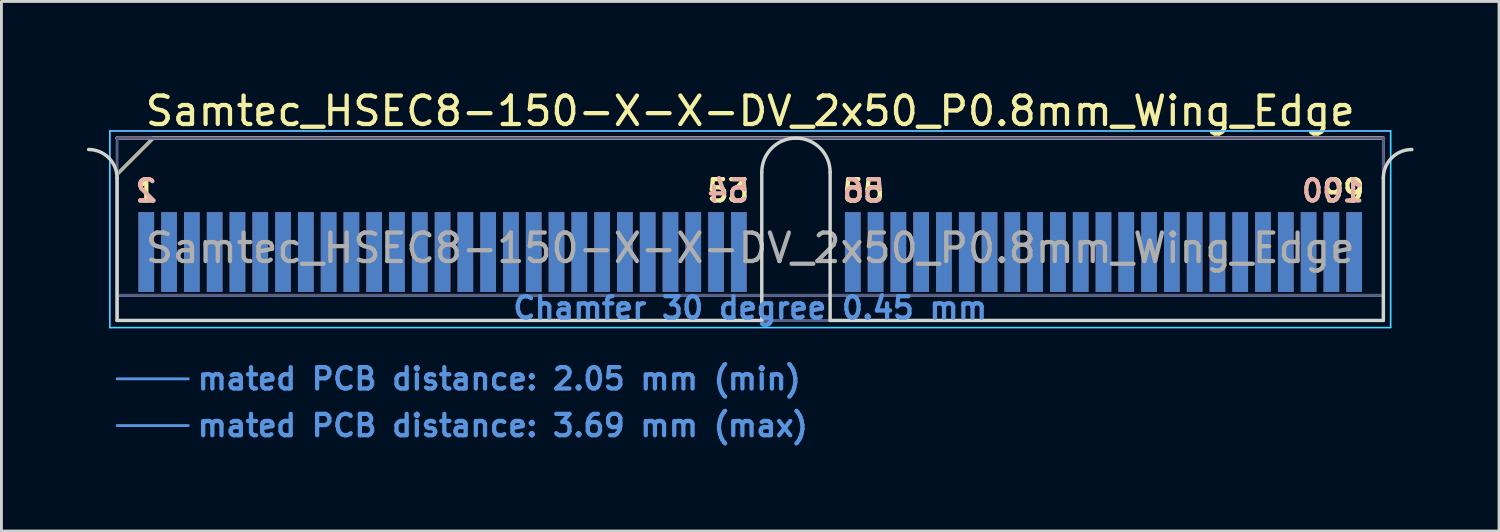
<source format=kicad_pcb>
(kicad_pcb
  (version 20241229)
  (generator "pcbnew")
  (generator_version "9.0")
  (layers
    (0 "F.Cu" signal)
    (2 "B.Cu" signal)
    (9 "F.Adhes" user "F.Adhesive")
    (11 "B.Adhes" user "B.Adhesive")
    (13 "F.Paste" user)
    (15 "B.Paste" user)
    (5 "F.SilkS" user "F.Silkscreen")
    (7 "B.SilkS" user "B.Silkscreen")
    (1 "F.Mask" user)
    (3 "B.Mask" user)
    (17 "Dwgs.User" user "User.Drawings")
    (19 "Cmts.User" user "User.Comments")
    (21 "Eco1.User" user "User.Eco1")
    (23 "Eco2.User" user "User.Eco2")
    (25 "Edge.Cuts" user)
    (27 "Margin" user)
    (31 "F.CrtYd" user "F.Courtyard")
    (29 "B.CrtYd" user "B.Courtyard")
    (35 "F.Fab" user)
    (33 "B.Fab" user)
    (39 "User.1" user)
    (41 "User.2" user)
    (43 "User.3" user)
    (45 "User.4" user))
  (footprint "Samtec_HSEC8-150-X-X-DV_2x50_P0.8mm_Wing_Edge"
    (layer "F.Cu")
    (at 23.285 8.198)
    (property "Reference" "Samtec_HSEC8-150-X-X-DV_2x50_P0.8mm_Wing_Edge" (at 0 -7.35 0) (layer "F.SilkS") (effects (font (size 1 1) (thickness 0.15))))
    (attr exclude_from_pos_files exclude_from_bom)
    (fp_line (start -22.225 -5.13) (end -20.955 -6.4) (stroke (width 0.12) (type solid)) (layer "F.SilkS"))
    (fp_line (start -20.955 -6.4) (end 22.225 -6.4) (stroke (width 0.12) (type solid)) (layer "F.SilkS"))
    (fp_line (start -22.225 -6.4) (end -22.225 -6.4) (stroke (width 0.12) (type solid)) (layer "B.SilkS"))
    (fp_line (start -22.225 -6.4) (end 22.225 -6.4) (stroke (width 0.12) (type solid)) (layer "B.SilkS"))
    (fp_line (start -22.225 2.05) (end -19.725 2.05) (stroke (width 0.1) (type solid)) (layer "Cmts.User"))
    (fp_line (start -22.225 3.69) (end -19.725 3.69) (stroke (width 0.1) (type solid)) (layer "Cmts.User"))
    (fp_line (start -22.225 -5) (end -22.225 0) (stroke (width 0.12) (type solid)) (layer "Edge.Cuts"))
    (fp_line (start -22.225 0) (end 0.405 0) (stroke (width 0.12) (type solid)) (layer "Edge.Cuts"))
    (fp_line (start 0.405 0) (end 0.405 -5.2) (stroke (width 0.12) (type solid)) (layer "Edge.Cuts"))
    (fp_line (start 2.805 -5.2) (end 2.805 0) (stroke (width 0.12) (type solid)) (layer "Edge.Cuts"))
    (fp_line (start 2.805 0) (end 22.225 0) (stroke (width 0.12) (type solid)) (layer "Edge.Cuts"))
    (fp_line (start 22.225 0) (end 22.225 -5) (stroke (width 0.12) (type solid)) (layer "Edge.Cuts"))
    (fp_arc (start -23.225 -6) (mid -22.517893 -5.707107) (end -22.225 -5) (stroke (width 0.12) (type solid)) (layer "Edge.Cuts"))
    (fp_arc (start 0.405 -5.2) (mid 1.605 -6.4) (end 2.805 -5.2) (stroke (width 0.12) (type solid)) (layer "Edge.Cuts"))
    (fp_arc (start 22.225 -5) (mid 22.517893 -5.707107) (end 23.225 -6) (stroke (width 0.12) (type solid)) (layer "Edge.Cuts"))
    (fp_line (start -22.48 -6.65) (end -22.48 0.25) (stroke (width 0.05) (type solid)) (layer "B.CrtYd"))
    (fp_line (start -22.48 0.25) (end 22.48 0.25) (stroke (width 0.05) (type solid)) (layer "B.CrtYd"))
    (fp_line (start 22.48 -6.65) (end -22.48 -6.65) (stroke (width 0.05) (type solid)) (layer "B.CrtYd"))
    (fp_line (start 22.48 0.25) (end 22.48 -6.65) (stroke (width 0.05) (type solid)) (layer "B.CrtYd"))
    (fp_line (start -22.48 -6.65) (end -22.48 0.25) (stroke (width 0.05) (type solid)) (layer "F.CrtYd"))
    (fp_line (start -22.48 0.25) (end 22.48 0.25) (stroke (width 0.05) (type solid)) (layer "F.CrtYd"))
    (fp_line (start 22.48 -6.65) (end -22.48 -6.65) (stroke (width 0.05) (type solid)) (layer "F.CrtYd"))
    (fp_line (start 22.48 0.25) (end 22.48 -6.65) (stroke (width 0.05) (type solid)) (layer "F.CrtYd"))
    (fp_line (start -22.225 -6.4) (end -22.225 -6.4) (stroke (width 0.1) (type solid)) (layer "B.Fab"))
    (fp_line (start -22.225 -6.4) (end -22.225 0) (stroke (width 0.1) (type solid)) (layer "B.Fab"))
    (fp_line (start -22.225 -6.4) (end 22.225 -6.4) (stroke (width 0.1) (type solid)) (layer "B.Fab"))
    (fp_line (start -22.225 -0.88) (end 22.225 -0.88) (stroke (width 0.1) (type solid)) (layer "B.Fab"))
    (fp_line (start -22.225 0) (end 22.225 0) (stroke (width 0.1) (type solid)) (layer "B.Fab"))
    (fp_line (start 22.225 -6.4) (end 22.225 0) (stroke (width 0.1) (type solid)) (layer "B.Fab"))
    (fp_line (start -22.225 -5.13) (end -22.225 0) (stroke (width 0.1) (type solid)) (layer "F.Fab"))
    (fp_line (start -22.225 -5.13) (end -20.955 -6.4) (stroke (width 0.1) (type solid)) (layer "F.Fab"))
    (fp_line (start -22.225 -0.88) (end 22.225 -0.88) (stroke (width 0.1) (type solid)) (layer "F.Fab"))
    (fp_line (start -22.225 0) (end 22.225 0) (stroke (width 0.1) (type solid)) (layer "F.Fab"))
    (fp_line (start -20.955 -6.4) (end 22.225 -6.4) (stroke (width 0.1) (type solid)) (layer "F.Fab"))
    (fp_line (start 22.225 -6.4) (end 22.225 0) (stroke (width 0.1) (type solid)) (layer "F.Fab"))
    (fp_text user "1" (at -21.2 -4.55 0) (layer "F.SilkS") (effects (font (size 0.75 0.75) (thickness 0.15))))
    (fp_text user "99" (at 20.825 -4.55 0) (layer "F.SilkS") (effects (font (size 0.75 0.75) (thickness 0.15))))
    (fp_text user "53" (at -0.775 -4.55 0) (layer "F.SilkS") (effects (font (size 0.75 0.75) (thickness 0.15))))
    (fp_text user "55" (at 3.975 -4.55 0) (layer "F.SilkS") (effects (font (size 0.75 0.75) (thickness 0.15))))
    (fp_text user "100" (at 20.45 -4.55 0) (layer "B.SilkS") (effects (font (size 0.75 0.75) (thickness 0.15)) (justify mirror)))
    (fp_text user "54" (at -0.775 -4.55 0) (layer "B.SilkS") (effects (font (size 0.75 0.75) (thickness 0.15)) (justify mirror)))
    (fp_text user "56" (at 3.975 -4.55 0) (layer "B.SilkS") (effects (font (size 0.75 0.75) (thickness 0.15)) (justify mirror)))
    (fp_text user "2" (at -21.2 -4.55 0) (layer "B.SilkS") (effects (font (size 0.75 0.75) (thickness 0.15)) (justify mirror)))
    (fp_text user "Chamfer 30 degree 0.45 mm" (at 0 -0.44 0) (layer "Cmts.User") (effects (font (size 0.75 0.75) (thickness 0.15))))
    (fp_text user "mated PCB distance: 3.69 mm (max)" (at -19.48 3.69 0) (layer "Cmts.User") (effects (font (size 0.75 0.75) (thickness 0.15)) (justify left)))
    (fp_text user "mated PCB distance: 2.05 mm (min)" (at -19.48 2.05 0) (layer "Cmts.User") (effects (font (size 0.75 0.75) (thickness 0.15)) (justify left)))
    (fp_text user "${REFERENCE}" (at 0 -2.54 0) (layer "F.Fab") (effects (font (size 1 1) (thickness 0.15))))
    (pad "1" connect rect (at -21.2 -2.4) (size 0.55 2.8) (layers "F.Cu" "F.Mask"))
    (pad "2" connect rect (at -21.2 -2.4) (size 0.55 2.8) (layers "B.Cu" "B.Mask"))
    (pad "3" connect rect (at -20.4 -2.4) (size 0.55 2.8) (layers "F.Cu" "F.Mask"))
    (pad "4" connect rect (at -20.4 -2.4) (size 0.55 2.8) (layers "B.Cu" "B.Mask"))
    (pad "5" connect rect (at -19.6 -2.4) (size 0.55 2.8) (layers "F.Cu" "F.Mask"))
    (pad "6" connect rect (at -19.6 -2.4) (size 0.55 2.8) (layers "B.Cu" "B.Mask"))
    (pad "7" connect rect (at -18.8 -2.4) (size 0.55 2.8) (layers "F.Cu" "F.Mask"))
    (pad "8" connect rect (at -18.8 -2.4) (size 0.55 2.8) (layers "B.Cu" "B.Mask"))
    (pad "9" connect rect (at -18 -2.4) (size 0.55 2.8) (layers "F.Cu" "F.Mask"))
    (pad "10" connect rect (at -18 -2.4) (size 0.55 2.8) (layers "B.Cu" "B.Mask"))
    (pad "11" connect rect (at -17.2 -2.4) (size 0.55 2.8) (layers "F.Cu" "F.Mask"))
    (pad "12" connect rect (at -17.2 -2.4) (size 0.55 2.8) (layers "B.Cu" "B.Mask"))
    (pad "13" connect rect (at -16.4 -2.4) (size 0.55 2.8) (layers "F.Cu" "F.Mask"))
    (pad "14" connect rect (at -16.4 -2.4) (size 0.55 2.8) (layers "B.Cu" "B.Mask"))
    (pad "15" connect rect (at -15.6 -2.4) (size 0.55 2.8) (layers "F.Cu" "F.Mask"))
    (pad "16" connect rect (at -15.6 -2.4) (size 0.55 2.8) (layers "B.Cu" "B.Mask"))
    (pad "17" connect rect (at -14.8 -2.4) (size 0.55 2.8) (layers "F.Cu" "F.Mask"))
    (pad "18" connect rect (at -14.8 -2.4) (size 0.55 2.8) (layers "B.Cu" "B.Mask"))
    (pad "19" connect rect (at -14 -2.4) (size 0.55 2.8) (layers "F.Cu" "F.Mask"))
    (pad "20" connect rect (at -14 -2.4) (size 0.55 2.8) (layers "B.Cu" "B.Mask"))
    (pad "21" connect rect (at -13.2 -2.4) (size 0.55 2.8) (layers "F.Cu" "F.Mask"))
    (pad "22" connect rect (at -13.2 -2.4) (size 0.55 2.8) (layers "B.Cu" "B.Mask"))
    (pad "23" connect rect (at -12.4 -2.4) (size 0.55 2.8) (layers "F.Cu" "F.Mask"))
    (pad "24" connect rect (at -12.4 -2.4) (size 0.55 2.8) (layers "B.Cu" "B.Mask"))
    (pad "25" connect rect (at -11.6 -2.4) (size 0.55 2.8) (layers "F.Cu" "F.Mask"))
    (pad "26" connect rect (at -11.6 -2.4) (size 0.55 2.8) (layers "B.Cu" "B.Mask"))
    (pad "27" connect rect (at -10.8 -2.4) (size 0.55 2.8) (layers "F.Cu" "F.Mask"))
    (pad "28" connect rect (at -10.8 -2.4) (size 0.55 2.8) (layers "B.Cu" "B.Mask"))
    (pad "29" connect rect (at -10 -2.4) (size 0.55 2.8) (layers "F.Cu" "F.Mask"))
    (pad "30" connect rect (at -10 -2.4) (size 0.55 2.8) (layers "B.Cu" "B.Mask"))
    (pad "31" connect rect (at -9.2 -2.4) (size 0.55 2.8) (layers "F.Cu" "F.Mask"))
    (pad "32" connect rect (at -9.2 -2.4) (size 0.55 2.8) (layers "B.Cu" "B.Mask"))
    (pad "33" connect rect (at -8.4 -2.4) (size 0.55 2.8) (layers "F.Cu" "F.Mask"))
    (pad "34" connect rect (at -8.4 -2.4) (size 0.55 2.8) (layers "B.Cu" "B.Mask"))
    (pad "35" connect rect (at -7.6 -2.4) (size 0.55 2.8) (layers "F.Cu" "F.Mask"))
    (pad "36" connect rect (at -7.6 -2.4) (size 0.55 2.8) (layers "B.Cu" "B.Mask"))
    (pad "37" connect rect (at -6.8 -2.4) (size 0.55 2.8) (layers "F.Cu" "F.Mask"))
    (pad "38" connect rect (at -6.8 -2.4) (size 0.55 2.8) (layers "B.Cu" "B.Mask"))
    (pad "39" connect rect (at -6 -2.4) (size 0.55 2.8) (layers "F.Cu" "F.Mask"))
    (pad "40" connect rect (at -6 -2.4) (size 0.55 2.8) (layers "B.Cu" "B.Mask"))
    (pad "41" connect rect (at -5.2 -2.4) (size 0.55 2.8) (layers "F.Cu" "F.Mask"))
    (pad "42" connect rect (at -5.2 -2.4) (size 0.55 2.8) (layers "B.Cu" "B.Mask"))
    (pad "43" connect rect (at -4.4 -2.4) (size 0.55 2.8) (layers "F.Cu" "F.Mask"))
    (pad "44" connect rect (at -4.4 -2.4) (size 0.55 2.8) (layers "B.Cu" "B.Mask"))
    (pad "45" connect rect (at -3.6 -2.4) (size 0.55 2.8) (layers "F.Cu" "F.Mask"))
    (pad "46" connect rect (at -3.6 -2.4) (size 0.55 2.8) (layers "B.Cu" "B.Mask"))
    (pad "47" connect rect (at -2.8 -2.4) (size 0.55 2.8) (layers "F.Cu" "F.Mask"))
    (pad "48" connect rect (at -2.8 -2.4) (size 0.55 2.8) (layers "B.Cu" "B.Mask"))
    (pad "49" connect rect (at -2 -2.4) (size 0.55 2.8) (layers "F.Cu" "F.Mask"))
    (pad "50" connect rect (at -2 -2.4) (size 0.55 2.8) (layers "B.Cu" "B.Mask"))
    (pad "51" connect rect (at -1.2 -2.4) (size 0.55 2.8) (layers "F.Cu" "F.Mask"))
    (pad "52" connect rect (at -1.2 -2.4) (size 0.55 2.8) (layers "B.Cu" "B.Mask"))
    (pad "53" connect rect (at -0.4 -2.4) (size 0.55 2.8) (layers "F.Cu" "F.Mask"))
    (pad "54" connect rect (at -0.4 -2.4) (size 0.55 2.8) (layers "B.Cu" "B.Mask"))
    (pad "55" connect rect (at 3.6 -2.4) (size 0.55 2.8) (layers "F.Cu" "F.Mask"))
    (pad "56" connect rect (at 3.6 -2.4) (size 0.55 2.8) (layers "B.Cu" "B.Mask"))
    (pad "57" connect rect (at 4.4 -2.4) (size 0.55 2.8) (layers "F.Cu" "F.Mask"))
    (pad "58" connect rect (at 4.4 -2.4) (size 0.55 2.8) (layers "B.Cu" "B.Mask"))
    (pad "59" connect rect (at 5.2 -2.4) (size 0.55 2.8) (layers "F.Cu" "F.Mask"))
    (pad "60" connect rect (at 5.2 -2.4) (size 0.55 2.8) (layers "B.Cu" "B.Mask"))
    (pad "61" connect rect (at 6 -2.4) (size 0.55 2.8) (layers "F.Cu" "F.Mask"))
    (pad "62" connect rect (at 6 -2.4) (size 0.55 2.8) (layers "B.Cu" "B.Mask"))
    (pad "63" connect rect (at 6.8 -2.4) (size 0.55 2.8) (layers "F.Cu" "F.Mask"))
    (pad "64" connect rect (at 6.8 -2.4) (size 0.55 2.8) (layers "B.Cu" "B.Mask"))
    (pad "65" connect rect (at 7.6 -2.4) (size 0.55 2.8) (layers "F.Cu" "F.Mask"))
    (pad "66" connect rect (at 7.6 -2.4) (size 0.55 2.8) (layers "B.Cu" "B.Mask"))
    (pad "67" connect rect (at 8.4 -2.4) (size 0.55 2.8) (layers "F.Cu" "F.Mask"))
    (pad "68" connect rect (at 8.4 -2.4) (size 0.55 2.8) (layers "B.Cu" "B.Mask"))
    (pad "69" connect rect (at 9.2 -2.4) (size 0.55 2.8) (layers "F.Cu" "F.Mask"))
    (pad "70" connect rect (at 9.2 -2.4) (size 0.55 2.8) (layers "B.Cu" "B.Mask"))
    (pad "71" connect rect (at 10 -2.4) (size 0.55 2.8) (layers "F.Cu" "F.Mask"))
    (pad "72" connect rect (at 10 -2.4) (size 0.55 2.8) (layers "B.Cu" "B.Mask"))
    (pad "73" connect rect (at 10.8 -2.4) (size 0.55 2.8) (layers "F.Cu" "F.Mask"))
    (pad "74" connect rect (at 10.8 -2.4) (size 0.55 2.8) (layers "B.Cu" "B.Mask"))
    (pad "75" connect rect (at 11.6 -2.4) (size 0.55 2.8) (layers "F.Cu" "F.Mask"))
    (pad "76" connect rect (at 11.6 -2.4) (size 0.55 2.8) (layers "B.Cu" "B.Mask"))
    (pad "77" connect rect (at 12.4 -2.4) (size 0.55 2.8) (layers "F.Cu" "F.Mask"))
    (pad "78" connect rect (at 12.4 -2.4) (size 0.55 2.8) (layers "B.Cu" "B.Mask"))
    (pad "79" connect rect (at 13.2 -2.4) (size 0.55 2.8) (layers "F.Cu" "F.Mask"))
    (pad "80" connect rect (at 13.2 -2.4) (size 0.55 2.8) (layers "B.Cu" "B.Mask"))
    (pad "81" connect rect (at 14 -2.4) (size 0.55 2.8) (layers "F.Cu" "F.Mask"))
    (pad "82" connect rect (at 14 -2.4) (size 0.55 2.8) (layers "B.Cu" "B.Mask"))
    (pad "83" connect rect (at 14.8 -2.4) (size 0.55 2.8) (layers "F.Cu" "F.Mask"))
    (pad "84" connect rect (at 14.8 -2.4) (size 0.55 2.8) (layers "B.Cu" "B.Mask"))
    (pad "85" connect rect (at 15.6 -2.4) (size 0.55 2.8) (layers "F.Cu" "F.Mask"))
    (pad "86" connect rect (at 15.6 -2.4) (size 0.55 2.8) (layers "B.Cu" "B.Mask"))
    (pad "87" connect rect (at 16.4 -2.4) (size 0.55 2.8) (layers "F.Cu" "F.Mask"))
    (pad "88" connect rect (at 16.4 -2.4) (size 0.55 2.8) (layers "B.Cu" "B.Mask"))
    (pad "89" connect rect (at 17.2 -2.4) (size 0.55 2.8) (layers "F.Cu" "F.Mask"))
    (pad "90" connect rect (at 17.2 -2.4) (size 0.55 2.8) (layers "B.Cu" "B.Mask"))
    (pad "91" connect rect (at 18 -2.4) (size 0.55 2.8) (layers "F.Cu" "F.Mask"))
    (pad "92" connect rect (at 18 -2.4) (size 0.55 2.8) (layers "B.Cu" "B.Mask"))
    (pad "93" connect rect (at 18.8 -2.4) (size 0.55 2.8) (layers "F.Cu" "F.Mask"))
    (pad "94" connect rect (at 18.8 -2.4) (size 0.55 2.8) (layers "B.Cu" "B.Mask"))
    (pad "95" connect rect (at 19.6 -2.4) (size 0.55 2.8) (layers "F.Cu" "F.Mask"))
    (pad "96" connect rect (at 19.6 -2.4) (size 0.55 2.8) (layers "B.Cu" "B.Mask"))
    (pad "97" connect rect (at 20.4 -2.4) (size 0.55 2.8) (layers "F.Cu" "F.Mask"))
    (pad "98" connect rect (at 20.4 -2.4) (size 0.55 2.8) (layers "B.Cu" "B.Mask"))
    (pad "99" connect rect (at 21.2 -2.4) (size 0.55 2.8) (layers "F.Cu" "F.Mask"))
    (pad "100" connect rect (at 21.2 -2.4) (size 0.55 2.8) (layers "B.Cu" "B.Mask")))
  (gr_rect
    (start -3 -3)
    (end 49.57 15.59)
    (stroke (width 0.1) (type default))
    (fill no)
    (layer "Edge.Cuts")))
</source>
